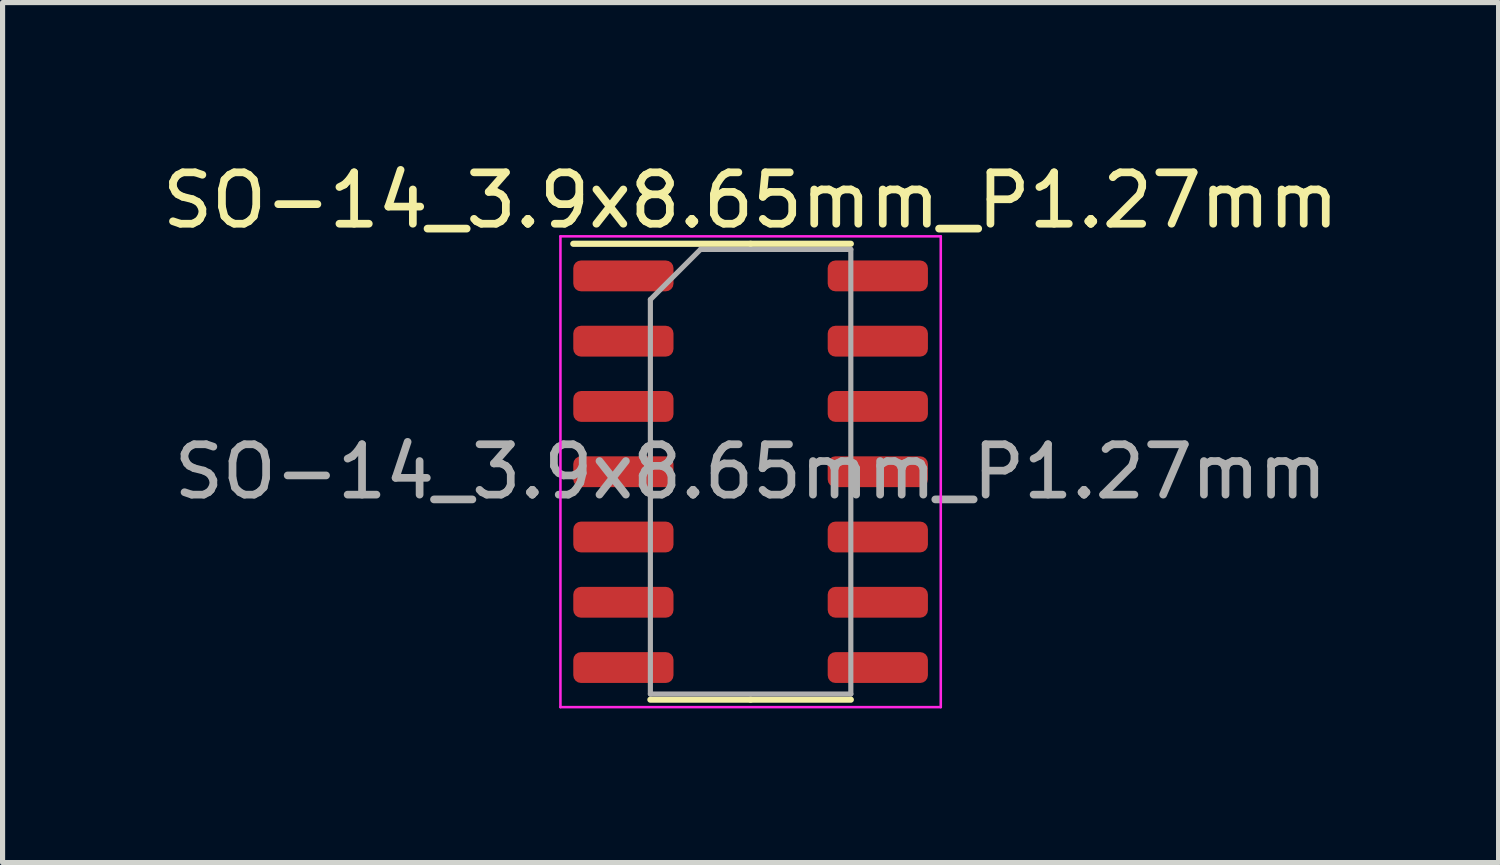
<source format=kicad_pcb>
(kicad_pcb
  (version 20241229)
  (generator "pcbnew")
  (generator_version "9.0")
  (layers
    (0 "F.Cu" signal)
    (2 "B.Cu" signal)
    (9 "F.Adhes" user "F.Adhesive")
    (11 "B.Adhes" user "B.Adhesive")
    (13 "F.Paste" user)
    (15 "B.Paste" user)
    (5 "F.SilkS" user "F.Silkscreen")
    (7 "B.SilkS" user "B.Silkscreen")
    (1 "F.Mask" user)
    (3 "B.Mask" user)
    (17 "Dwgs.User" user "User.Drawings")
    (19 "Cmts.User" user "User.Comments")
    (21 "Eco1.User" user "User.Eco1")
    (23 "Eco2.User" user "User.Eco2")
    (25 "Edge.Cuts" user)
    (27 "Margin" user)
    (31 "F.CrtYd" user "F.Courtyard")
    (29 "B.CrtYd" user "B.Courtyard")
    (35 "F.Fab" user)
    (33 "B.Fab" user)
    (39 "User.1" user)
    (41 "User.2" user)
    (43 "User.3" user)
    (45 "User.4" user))
  (footprint "SO-14_3.9x8.65mm_P1.27mm"
    (layer "F.Cu")
    (at 11.554 6.128)
    (property "Reference" "SO-14_3.9x8.65mm_P1.27mm" (at 0 -5.28 0) (layer "F.SilkS") (effects (font (size 1 1) (thickness 0.15))))
    (attr smd)
    (fp_line (start 0 -4.435) (end -3.45 -4.435) (stroke (width 0.12) (type solid)) (layer "F.SilkS"))
    (fp_line (start 0 -4.435) (end 1.95 -4.435) (stroke (width 0.12) (type solid)) (layer "F.SilkS"))
    (fp_line (start 0 4.435) (end -1.95 4.435) (stroke (width 0.12) (type solid)) (layer "F.SilkS"))
    (fp_line (start 0 4.435) (end 1.95 4.435) (stroke (width 0.12) (type solid)) (layer "F.SilkS"))
    (fp_line (start -3.7 -4.58) (end -3.7 4.58) (stroke (width 0.05) (type solid)) (layer "F.CrtYd"))
    (fp_line (start -3.7 4.58) (end 3.7 4.58) (stroke (width 0.05) (type solid)) (layer "F.CrtYd"))
    (fp_line (start 3.7 -4.58) (end -3.7 -4.58) (stroke (width 0.05) (type solid)) (layer "F.CrtYd"))
    (fp_line (start 3.7 4.58) (end 3.7 -4.58) (stroke (width 0.05) (type solid)) (layer "F.CrtYd"))
    (fp_line (start -1.95 -3.35) (end -0.975 -4.325) (stroke (width 0.1) (type solid)) (layer "F.Fab"))
    (fp_line (start -1.95 4.325) (end -1.95 -3.35) (stroke (width 0.1) (type solid)) (layer "F.Fab"))
    (fp_line (start -0.975 -4.325) (end 1.95 -4.325) (stroke (width 0.1) (type solid)) (layer "F.Fab"))
    (fp_line (start 1.95 -4.325) (end 1.95 4.325) (stroke (width 0.1) (type solid)) (layer "F.Fab"))
    (fp_line (start 1.95 4.325) (end -1.95 4.325) (stroke (width 0.1) (type solid)) (layer "F.Fab"))
    (fp_text user "${REFERENCE}" (at 0 0 0) (layer "F.Fab") (effects (font (size 0.98 0.98) (thickness 0.15))))
    (pad "1" smd roundrect (at -2.475 -3.81) (size 1.95 0.6) (layers "F.Cu" "F.Mask" "F.Paste") (roundrect_rratio 0.25))
    (pad "2" smd roundrect (at -2.475 -2.54) (size 1.95 0.6) (layers "F.Cu" "F.Mask" "F.Paste") (roundrect_rratio 0.25))
    (pad "3" smd roundrect (at -2.475 -1.27) (size 1.95 0.6) (layers "F.Cu" "F.Mask" "F.Paste") (roundrect_rratio 0.25))
    (pad "4" smd roundrect (at -2.475 0) (size 1.95 0.6) (layers "F.Cu" "F.Mask" "F.Paste") (roundrect_rratio 0.25))
    (pad "5" smd roundrect (at -2.475 1.27) (size 1.95 0.6) (layers "F.Cu" "F.Mask" "F.Paste") (roundrect_rratio 0.25))
    (pad "6" smd roundrect (at -2.475 2.54) (size 1.95 0.6) (layers "F.Cu" "F.Mask" "F.Paste") (roundrect_rratio 0.25))
    (pad "7" smd roundrect (at -2.475 3.81) (size 1.95 0.6) (layers "F.Cu" "F.Mask" "F.Paste") (roundrect_rratio 0.25))
    (pad "8" smd roundrect (at 2.475 3.81) (size 1.95 0.6) (layers "F.Cu" "F.Mask" "F.Paste") (roundrect_rratio 0.25))
    (pad "9" smd roundrect (at 2.475 2.54) (size 1.95 0.6) (layers "F.Cu" "F.Mask" "F.Paste") (roundrect_rratio 0.25))
    (pad "10" smd roundrect (at 2.475 1.27) (size 1.95 0.6) (layers "F.Cu" "F.Mask" "F.Paste") (roundrect_rratio 0.25))
    (pad "11" smd roundrect (at 2.475 0) (size 1.95 0.6) (layers "F.Cu" "F.Mask" "F.Paste") (roundrect_rratio 0.25))
    (pad "12" smd roundrect (at 2.475 -1.27) (size 1.95 0.6) (layers "F.Cu" "F.Mask" "F.Paste") (roundrect_rratio 0.25))
    (pad "13" smd roundrect (at 2.475 -2.54) (size 1.95 0.6) (layers "F.Cu" "F.Mask" "F.Paste") (roundrect_rratio 0.25))
    (pad "14" smd roundrect (at 2.475 -3.81) (size 1.95 0.6) (layers "F.Cu" "F.Mask" "F.Paste") (roundrect_rratio 0.25)))
  (gr_rect
    (start -3 -3)
    (end 26.107 13.733)
    (stroke (width 0.1) (type default))
    (fill no)
    (layer "Edge.Cuts")))
</source>
